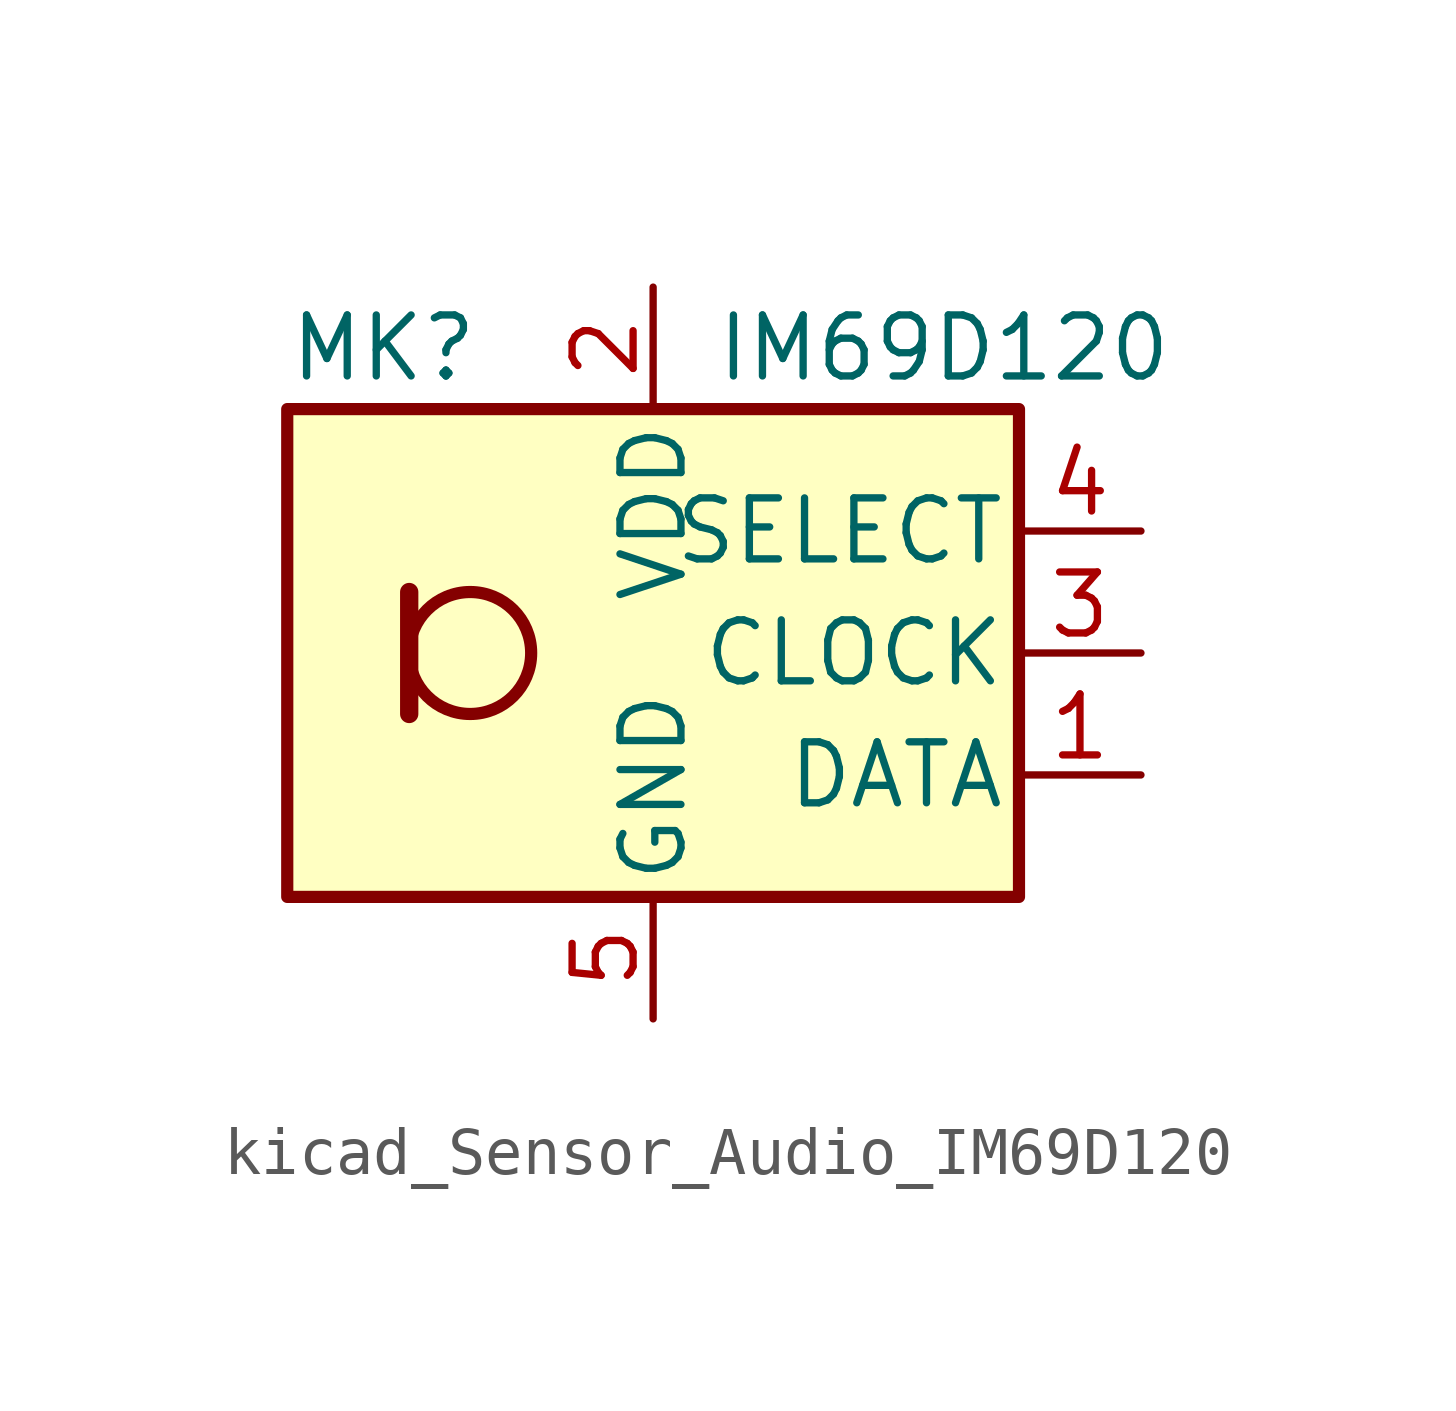
<source format=kicad_sym>
(kicad_symbol_lib
  (version 20220914)
  (generator kicad_symbol_editor)
  (symbol "kicad_Sensor_Audio_IM69D120"
    (pin_names
      (offset 0.254))
    (property "Reference" "MK"
      (at -7.62 6.35 0)
      (effects (font (size 1.27 1.27)) (justify left)))
    (property "Value" "IM69D120"
      (at 1.27 6.35 0)
      (effects (font (size 1.27 1.27)) (justify left)))
    (symbol "kicad_Sensor_Audio_IM69D120_0_1"
      (rectangle (start -7.62 5.08) (end 7.62 -5.08) (stroke (width 0.254) (type default)) (fill (type background)))
      (circle (center -3.81 0) (radius 1.27) (stroke (width 0.254) (type default)) (fill (type none)))
      (polyline (pts (xy -5.08 1.27) (xy -5.08 -1.27)) (stroke (width 0.381) (type default)) (fill (type none))))
    (symbol "kicad_Sensor_Audio_IM69D120_1_1"
      (pin output line (at 10.16 -2.54 180) (length 2.54) (name "DATA" (effects (font (size 1.27 1.27)))) (number "1" (effects (font (size 1.27 1.27)))))
      (pin power_in line (at 0 7.62 270) (length 2.54) (name "VDD" (effects (font (size 1.27 1.27)))) (number "2" (effects (font (size 1.27 1.27)))))
      (pin input line (at 10.16 0 180) (length 2.54) (name "CLOCK" (effects (font (size 1.27 1.27)))) (number "3" (effects (font (size 1.27 1.27)))))
      (pin input line (at 10.16 2.54 180) (length 2.54) (name "SELECT" (effects (font (size 1.27 1.27)))) (number "4" (effects (font (size 1.27 1.27)))))
      (pin power_in line (at 0 -7.62 90) (length 2.54) (name "GND" (effects (font (size 1.27 1.27)))) (number "5" (effects (font (size 1.27 1.27))))))))
</source>
